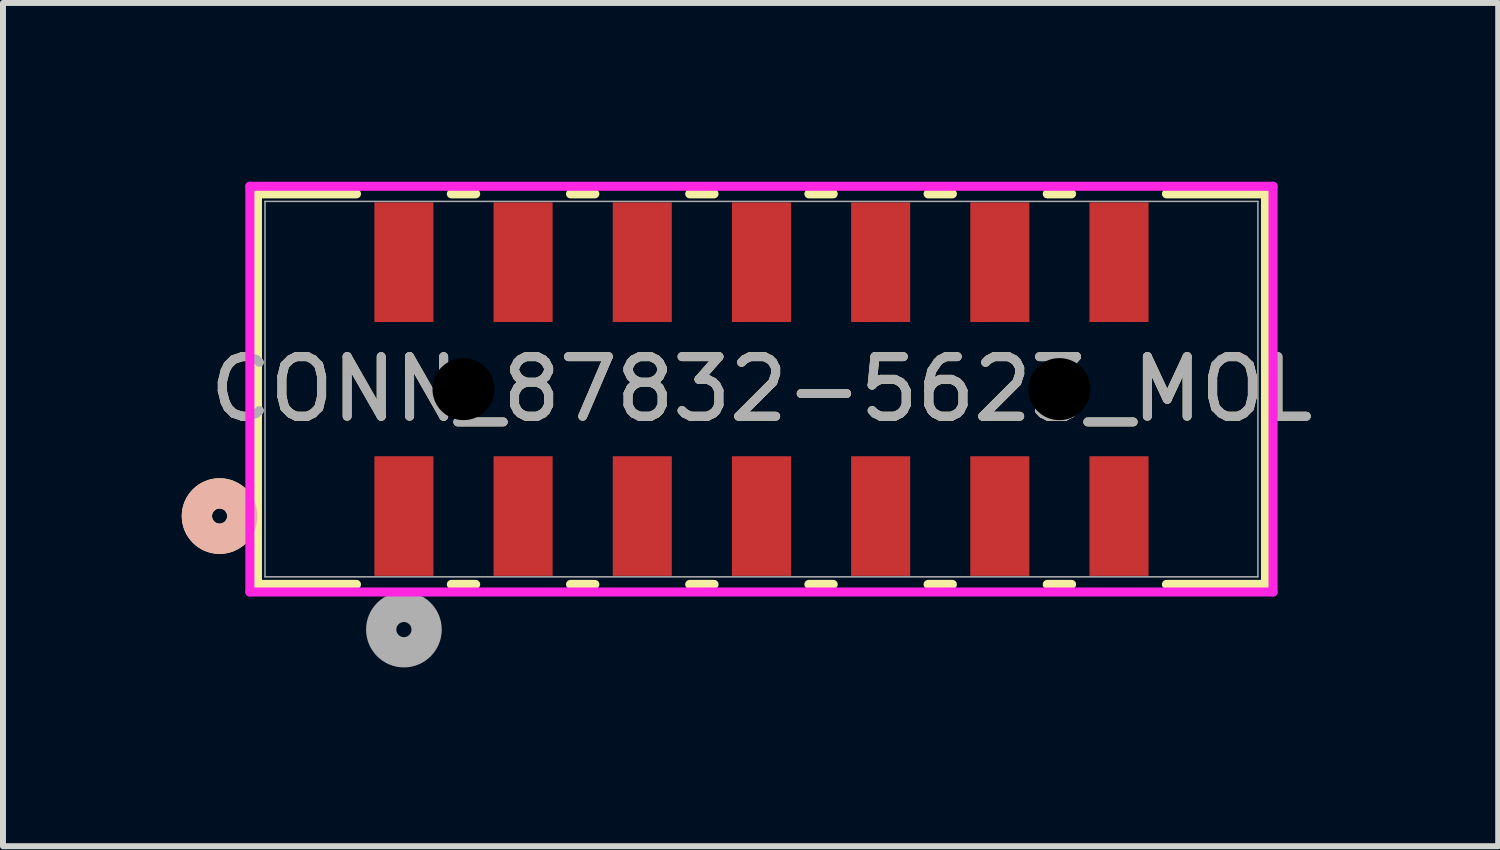
<source format=kicad_pcb>
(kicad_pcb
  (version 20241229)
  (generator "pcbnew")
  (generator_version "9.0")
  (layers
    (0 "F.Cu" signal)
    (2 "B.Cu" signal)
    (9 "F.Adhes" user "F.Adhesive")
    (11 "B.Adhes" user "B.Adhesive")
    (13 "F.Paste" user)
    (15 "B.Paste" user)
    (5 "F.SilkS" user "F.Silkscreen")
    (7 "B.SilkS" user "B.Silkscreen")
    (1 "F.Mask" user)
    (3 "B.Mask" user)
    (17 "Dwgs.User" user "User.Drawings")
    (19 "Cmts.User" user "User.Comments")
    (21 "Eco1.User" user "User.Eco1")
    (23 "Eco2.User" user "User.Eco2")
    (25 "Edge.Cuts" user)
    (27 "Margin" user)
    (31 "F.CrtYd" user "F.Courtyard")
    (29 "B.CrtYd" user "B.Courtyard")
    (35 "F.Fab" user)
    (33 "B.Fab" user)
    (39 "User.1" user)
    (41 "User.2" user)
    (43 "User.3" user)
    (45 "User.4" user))
  (footprint "CONN_87832-5623_MOL"
    (layer "F.Cu")
    (at 9.728 3.48)
    (property "Reference" "CONN_87832-5623_MOL" (at 0 0 0) (unlocked yes) (layer "F.SilkS") (effects (font (size 1 1) (thickness 0.15))))
    (attr smd)
    (fp_line (start -8.458 -3.277) (end -8.458 3.277) (stroke (width 0.152) (type solid)) (layer "F.SilkS"))
    (fp_line (start -8.458 3.277) (end -6.796 3.277) (stroke (width 0.152) (type solid)) (layer "F.SilkS"))
    (fp_line (start -6.796 -3.277) (end -8.458 -3.277) (stroke (width 0.152) (type solid)) (layer "F.SilkS"))
    (fp_line (start -5.204 3.277) (end -4.796 3.277) (stroke (width 0.152) (type solid)) (layer "F.SilkS"))
    (fp_line (start -4.796 -3.277) (end -5.204 -3.277) (stroke (width 0.152) (type solid)) (layer "F.SilkS"))
    (fp_line (start -3.204 3.277) (end -2.796 3.277) (stroke (width 0.152) (type solid)) (layer "F.SilkS"))
    (fp_line (start -2.796 -3.277) (end -3.204 -3.277) (stroke (width 0.152) (type solid)) (layer "F.SilkS"))
    (fp_line (start -1.204 3.277) (end -0.796 3.277) (stroke (width 0.152) (type solid)) (layer "F.SilkS"))
    (fp_line (start -0.796 -3.277) (end -1.204 -3.277) (stroke (width 0.152) (type solid)) (layer "F.SilkS"))
    (fp_line (start 0.796 3.277) (end 1.204 3.277) (stroke (width 0.152) (type solid)) (layer "F.SilkS"))
    (fp_line (start 1.204 -3.277) (end 0.796 -3.277) (stroke (width 0.152) (type solid)) (layer "F.SilkS"))
    (fp_line (start 2.796 3.277) (end 3.204 3.277) (stroke (width 0.152) (type solid)) (layer "F.SilkS"))
    (fp_line (start 3.204 -3.277) (end 2.796 -3.277) (stroke (width 0.152) (type solid)) (layer "F.SilkS"))
    (fp_line (start 4.796 3.277) (end 5.204 3.277) (stroke (width 0.152) (type solid)) (layer "F.SilkS"))
    (fp_line (start 5.204 -3.277) (end 4.796 -3.277) (stroke (width 0.152) (type solid)) (layer "F.SilkS"))
    (fp_line (start 6.796 3.277) (end 8.458 3.277) (stroke (width 0.152) (type solid)) (layer "F.SilkS"))
    (fp_line (start 8.458 -3.277) (end 6.796 -3.277) (stroke (width 0.152) (type solid)) (layer "F.SilkS"))
    (fp_line (start 8.458 3.277) (end 8.458 -3.277) (stroke (width 0.152) (type solid)) (layer "F.SilkS"))
    (fp_circle (center -9.093 2.13) (end -8.712 2.13) (stroke (width 0.508) (type solid)) (fill no) (layer "F.SilkS"))
    (fp_circle (center -9.093 2.13) (end -8.712 2.13) (stroke (width 0.508) (type solid)) (fill no) (layer "B.SilkS"))
    (fp_line (start -8.585 -3.404) (end -8.585 3.404) (stroke (width 0.152) (type solid)) (layer "F.CrtYd"))
    (fp_line (start -8.585 3.404) (end 8.585 3.404) (stroke (width 0.152) (type solid)) (layer "F.CrtYd"))
    (fp_line (start 8.585 -3.404) (end -8.585 -3.404) (stroke (width 0.152) (type solid)) (layer "F.CrtYd"))
    (fp_line (start 8.585 3.404) (end 8.585 -3.404) (stroke (width 0.152) (type solid)) (layer "F.CrtYd"))
    (fp_line (start -8.331 -3.15) (end -8.331 3.15) (stroke (width 0.025) (type solid)) (layer "F.Fab"))
    (fp_line (start -8.331 3.15) (end 8.331 3.15) (stroke (width 0.025) (type solid)) (layer "F.Fab"))
    (fp_line (start 8.331 -3.15) (end -8.331 -3.15) (stroke (width 0.025) (type solid)) (layer "F.Fab"))
    (fp_line (start 8.331 3.15) (end 8.331 -3.15) (stroke (width 0.025) (type solid)) (layer "F.Fab"))
    (fp_circle (center -6 4.035) (end -5.619 4.035) (stroke (width 0.508) (type solid)) (fill no) (layer "F.Fab"))
    (fp_text user "${REFERENCE}" (at 0 0 0) (unlocked yes) (layer "F.Fab") (effects (font (size 1 1) (thickness 0.15))))
    (pad "" np_thru_hole circle (at -5 0) (size 1.549 1.549) (drill 1.041) (layers "*.Mask"))
    (pad "" np_thru_hole circle (at 5 0) (size 1.549 1.549) (drill 1.041) (layers "*.Mask"))
    (pad "1" smd rect (at -6 2.13) (size 0.991 2.007) (layers "F.Cu" "F.Mask" "F.Paste"))
    (pad "2" smd rect (at -6 -2.13) (size 0.991 2.007) (layers "F.Cu" "F.Mask" "F.Paste"))
    (pad "3" smd rect (at -4 2.13) (size 0.991 2.007) (layers "F.Cu" "F.Mask" "F.Paste"))
    (pad "4" smd rect (at -4 -2.13) (size 0.991 2.007) (layers "F.Cu" "F.Mask" "F.Paste"))
    (pad "5" smd rect (at -2 2.13) (size 0.991 2.007) (layers "F.Cu" "F.Mask" "F.Paste"))
    (pad "6" smd rect (at -2 -2.13) (size 0.991 2.007) (layers "F.Cu" "F.Mask" "F.Paste"))
    (pad "7" smd rect (at 0 2.13) (size 0.991 2.007) (layers "F.Cu" "F.Mask" "F.Paste"))
    (pad "8" smd rect (at 0 -2.13) (size 0.991 2.007) (layers "F.Cu" "F.Mask" "F.Paste"))
    (pad "9" smd rect (at 2 2.13) (size 0.991 2.007) (layers "F.Cu" "F.Mask" "F.Paste"))
    (pad "10" smd rect (at 2 -2.13) (size 0.991 2.007) (layers "F.Cu" "F.Mask" "F.Paste"))
    (pad "11" smd rect (at 4 2.13) (size 0.991 2.007) (layers "F.Cu" "F.Mask" "F.Paste"))
    (pad "12" smd rect (at 4 -2.13) (size 0.991 2.007) (layers "F.Cu" "F.Mask" "F.Paste"))
    (pad "13" smd rect (at 6 2.13) (size 0.991 2.007) (layers "F.Cu" "F.Mask" "F.Paste"))
    (pad "14" smd rect (at 6 -2.13) (size 0.991 2.007) (layers "F.Cu" "F.Mask" "F.Paste")))
  (gr_rect
    (start -3 -3)
    (end 22.091 11.15)
    (stroke (width 0.1) (type default))
    (fill no)
    (layer "Edge.Cuts")))
</source>
